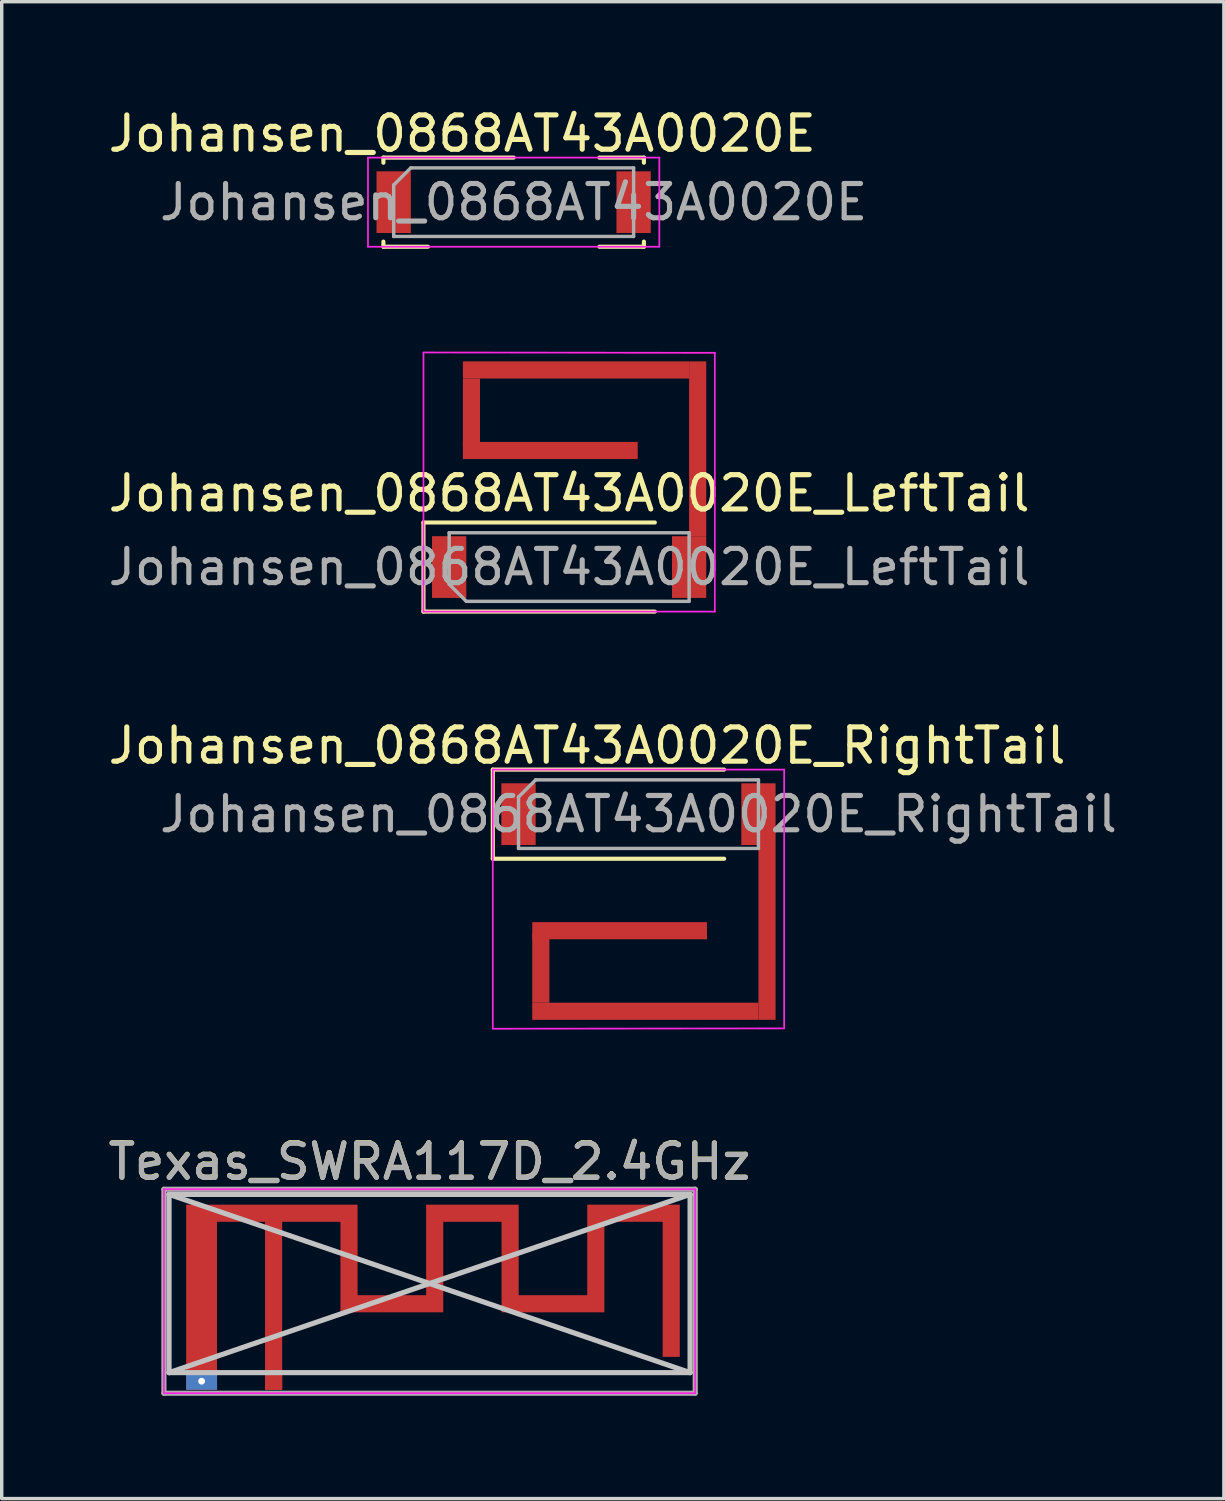
<source format=kicad_pcb>
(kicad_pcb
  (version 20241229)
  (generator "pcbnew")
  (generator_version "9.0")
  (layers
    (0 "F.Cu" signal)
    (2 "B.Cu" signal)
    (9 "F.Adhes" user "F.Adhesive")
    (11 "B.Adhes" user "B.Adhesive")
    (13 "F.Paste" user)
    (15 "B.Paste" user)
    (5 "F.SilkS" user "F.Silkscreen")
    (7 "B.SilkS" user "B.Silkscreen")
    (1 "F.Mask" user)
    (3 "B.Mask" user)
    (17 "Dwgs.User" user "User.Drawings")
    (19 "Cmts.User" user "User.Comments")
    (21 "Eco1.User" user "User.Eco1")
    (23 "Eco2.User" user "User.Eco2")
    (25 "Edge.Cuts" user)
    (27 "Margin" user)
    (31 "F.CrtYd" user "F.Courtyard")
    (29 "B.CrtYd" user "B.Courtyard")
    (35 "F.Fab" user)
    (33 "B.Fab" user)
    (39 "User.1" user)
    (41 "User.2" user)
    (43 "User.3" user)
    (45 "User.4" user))
  (footprint "Johansen_0868AT43A0020E_LeftTail"
    (layer "F.Cu")
    (at 13.554 10.943)
    (property "Reference" "Johansen_0868AT43A0020E_LeftTail" (at 0 0.4 0) (layer "F.SilkS") (effects (font (size 1 1) (thickness 0.15))))
    (attr smd)
    (fp_line (start -4.25 1.25) (end -4.25 3.85) (stroke (width 0.12) (type solid)) (layer "F.SilkS"))
    (fp_line (start -4.25 1.25) (end 2.5 1.25) (stroke (width 0.12) (type solid)) (layer "F.SilkS"))
    (fp_line (start -4.25 3.85) (end 2.5 3.85) (stroke (width 0.12) (type solid)) (layer "F.SilkS"))
    (fp_line (start -4.25 -3.71) (end 4.25 -3.7) (stroke (width 0.05) (type solid)) (layer "F.CrtYd"))
    (fp_line (start -4.25 3.85) (end -4.25 -3.7) (stroke (width 0.05) (type solid)) (layer "F.CrtYd"))
    (fp_line (start 4.25 -3.7) (end 4.25 3.85) (stroke (width 0.05) (type solid)) (layer "F.CrtYd"))
    (fp_line (start 4.25 3.85) (end -4.25 3.85) (stroke (width 0.05) (type solid)) (layer "F.CrtYd"))
    (fp_line (start -3.5 1.55) (end -3.5 3.05) (stroke (width 0.1) (type solid)) (layer "F.Fab"))
    (fp_line (start -3.5 3.05) (end -3 3.55) (stroke (width 0.1) (type solid)) (layer "F.Fab"))
    (fp_line (start -3 3.55) (end 3.5 3.55) (stroke (width 0.1) (type solid)) (layer "F.Fab"))
    (fp_line (start 3.5 1.55) (end -3.5 1.55) (stroke (width 0.1) (type solid)) (layer "F.Fab"))
    (fp_line (start 3.5 3.55) (end 3.5 1.55) (stroke (width 0.1) (type solid)) (layer "F.Fab"))
    (fp_text user "${REFERENCE}" (at 0 2.55 0) (layer "F.Fab") (effects (font (size 1 1) (thickness 0.15))))
    (pad "1" smd rect (at -3.5 2.55) (size 1 1.8) (layers "F.Cu" "F.Mask" "F.Paste"))
    (pad "2" smd rect (at -2.85 -1.95) (size 0.5 2) (layers "F.Cu"))
    (pad "2" smd rect (at -0.55 -0.85) (size 5.1 0.5) (layers "F.Cu"))
    (pad "2" smd rect (at 0.2 -3.2) (size 6.6 0.5) (layers "F.Cu"))
    (pad "2" smd rect (at 3.5 2.55) (size 1 1.8) (layers "F.Cu" "F.Mask" "F.Paste"))
    (pad "2" smd rect (at 3.75 -0.9) (size 0.5 5.1) (layers "F.Cu")))
  (footprint "Johansen_0868AT43A0020E"
    (layer "F.Cu")
    (at 11.935 2.848)
    (property "Reference" "Johansen_0868AT43A0020E" (at -1.5 -2 0) (layer "F.SilkS") (effects (font (size 1 1) (thickness 0.15))))
    (attr smd)
    (fp_line (start -3.8 -1.3) (end -3.8 -1.15) (stroke (width 0.12) (type solid)) (layer "F.SilkS"))
    (fp_line (start -3.8 -1.3) (end 0 -1.3) (stroke (width 0.12) (type solid)) (layer "F.SilkS"))
    (fp_line (start -3.8 1.3) (end -3.8 1.15) (stroke (width 0.12) (type solid)) (layer "F.SilkS"))
    (fp_line (start -3.8 1.3) (end -2.5 1.3) (stroke (width 0.12) (type solid)) (layer "F.SilkS"))
    (fp_line (start 3.8 -1.3) (end 2.5 -1.3) (stroke (width 0.12) (type solid)) (layer "F.SilkS"))
    (fp_line (start 3.8 -1.3) (end 3.8 -1.15) (stroke (width 0.12) (type solid)) (layer "F.SilkS"))
    (fp_line (start 3.8 1.3) (end 2.5 1.3) (stroke (width 0.12) (type solid)) (layer "F.SilkS"))
    (fp_line (start 3.8 1.3) (end 3.8 1.15) (stroke (width 0.12) (type solid)) (layer "F.SilkS"))
    (fp_line (start -4.25 -1.3) (end -4.25 1.3) (stroke (width 0.05) (type solid)) (layer "F.CrtYd"))
    (fp_line (start -4.25 1.3) (end 4.25 1.3) (stroke (width 0.05) (type solid)) (layer "F.CrtYd"))
    (fp_line (start 4.25 -1.3) (end -4.25 -1.3) (stroke (width 0.05) (type solid)) (layer "F.CrtYd"))
    (fp_line (start 4.25 1.3) (end 4.25 -1.3) (stroke (width 0.05) (type solid)) (layer "F.CrtYd"))
    (fp_line (start -3.5 -0.5) (end -3 -1) (stroke (width 0.1) (type solid)) (layer "F.Fab"))
    (fp_line (start -3.5 1) (end -3.5 -0.5) (stroke (width 0.1) (type solid)) (layer "F.Fab"))
    (fp_line (start -3 -1) (end 3.5 -1) (stroke (width 0.1) (type solid)) (layer "F.Fab"))
    (fp_line (start 3.5 -1) (end 3.5 1) (stroke (width 0.1) (type solid)) (layer "F.Fab"))
    (fp_line (start 3.5 1) (end -3.5 1) (stroke (width 0.1) (type solid)) (layer "F.Fab"))
    (fp_text user "${REFERENCE}" (at 0 0 0) (layer "F.Fab") (effects (font (size 1 1) (thickness 0.15))))
    (pad "1" smd rect (at -3.5 0) (size 1 1.8) (layers "F.Cu" "F.Mask" "F.Paste"))
    (pad "2" smd rect (at 3.5 0) (size 1 1.8) (layers "F.Cu" "F.Mask" "F.Paste")))
  (footprint "Johansen_0868AT43A0020E_RightTail"
    (layer "F.Cu")
    (at 15.577 23.252)
    (property "Reference" "Johansen_0868AT43A0020E_RightTail" (at -1.5 -4.55 0) (layer "F.SilkS") (effects (font (size 1 1) (thickness 0.15))))
    (attr smd)
    (fp_line (start -4.25 -3.85) (end -4.25 -1.25) (stroke (width 0.12) (type solid)) (layer "F.SilkS"))
    (fp_line (start -4.25 -3.85) (end 2.5 -3.85) (stroke (width 0.12) (type solid)) (layer "F.SilkS"))
    (fp_line (start -4.25 -1.25) (end 2.5 -1.25) (stroke (width 0.12) (type solid)) (layer "F.SilkS"))
    (fp_line (start -4.25 -3.85) (end -4.25 3.7) (stroke (width 0.05) (type solid)) (layer "F.CrtYd"))
    (fp_line (start -4.25 3.71) (end 4.25 3.7) (stroke (width 0.05) (type solid)) (layer "F.CrtYd"))
    (fp_line (start 4.25 -3.85) (end -4.25 -3.85) (stroke (width 0.05) (type solid)) (layer "F.CrtYd"))
    (fp_line (start 4.25 3.7) (end 4.25 -3.85) (stroke (width 0.05) (type solid)) (layer "F.CrtYd"))
    (fp_line (start -3.5 -3.05) (end -3 -3.55) (stroke (width 0.1) (type solid)) (layer "F.Fab"))
    (fp_line (start -3.5 -1.55) (end -3.5 -3.05) (stroke (width 0.1) (type solid)) (layer "F.Fab"))
    (fp_line (start -3 -3.55) (end 3.5 -3.55) (stroke (width 0.1) (type solid)) (layer "F.Fab"))
    (fp_line (start 3.5 -3.55) (end 3.5 -1.55) (stroke (width 0.1) (type solid)) (layer "F.Fab"))
    (fp_line (start 3.5 -1.55) (end -3.5 -1.55) (stroke (width 0.1) (type solid)) (layer "F.Fab"))
    (fp_text user "${REFERENCE}" (at 0 -2.55 0) (layer "F.Fab") (effects (font (size 1 1) (thickness 0.15))))
    (pad "1" smd rect (at -3.5 -2.55) (size 1 1.8) (layers "F.Cu" "F.Mask" "F.Paste"))
    (pad "2" smd rect (at -2.85 1.95) (size 0.5 2) (layers "F.Cu" "F.Mask" "F.Paste"))
    (pad "2" smd rect (at -0.55 0.85) (size 5.1 0.5) (layers "F.Cu" "F.Mask" "F.Paste"))
    (pad "2" smd rect (at 0.2 3.2) (size 6.6 0.5) (layers "F.Cu" "F.Mask" "F.Paste"))
    (pad "2" smd rect (at 3.5 -2.55) (size 1 1.8) (layers "F.Cu" "F.Mask" "F.Paste"))
    (pad "2" smd rect (at 3.75 0.9) (size 0.5 5.1) (layers "F.Cu" "F.Mask" "F.Paste")))
  (footprint "Texas_SWRA117D_2.4GHz"
    (layer "F.Cu")
    (at 4.932 37.245)
    (property "Reference" "Texas_SWRA117D_2.4GHz" (at 4.55 -6.41 0) (layer "F.SilkS") (effects (font (size 1 1) (thickness 0.15))))
    (attr through_hole)
    (fp_poly (pts (xy 2.45 -2.51) (xy 4.45 -2.51) (xy 4.45 -5.15) (xy 7.15 -5.15) (xy 7.15 -2.51) (xy 9.15 -2.51) (xy 9.15 -5.15) (xy 11.85 -5.15) (xy 11.85 -0.71) (xy 11.35 -0.71) (xy 11.35 -4.65) (xy 9.65 -4.65) (xy 9.65 -2.01) (xy 6.65 -2.01) (xy 6.65 -4.65) (xy 4.95 -4.65) (xy 4.95 -2.01) (xy 1.95 -2.01) (xy 1.95 -4.65) (xy 0.25 -4.65) (xy 0.25 0.25) (xy -0.25 0.25) (xy -0.25 -4.65) (xy -1.65 -4.65) (xy -1.65 0.25) (xy -2.55 0.25) (xy -2.55 0.007) (xy -2.248 0.007) (xy -2.238 0.054) (xy -2.214 0.097) (xy -2.176 0.13) (xy -2.168 0.134) (xy -2.125 0.146) (xy -2.077 0.145) (xy -2.031 0.132) (xy -2.013 0.122) (xy -1.979 0.087) (xy -1.958 0.041) (xy -1.952 -0.008) (xy -1.96 -0.056) (xy -1.977 -0.089) (xy -2.012 -0.121) (xy -2.058 -0.141) (xy -2.107 -0.148) (xy -2.155 -0.14) (xy -2.188 -0.123) (xy -2.223 -0.086) (xy -2.243 -0.042) (xy -2.248 0.007) (xy -2.55 0.007) (xy -2.55 -5.15) (xy 2.45 -5.15) (xy 2.45 -2.51)) (stroke (width 0) (type solid)) (fill yes) (layer "F.Cu"))
    (fp_line (start -3.05 -5.45) (end 12.15 -5.45) (stroke (width 0.15) (type solid)) (layer "Dwgs.User"))
    (fp_line (start -3.05 -5.45) (end 12.15 -0.25) (stroke (width 0.15) (type solid)) (layer "Dwgs.User"))
    (fp_line (start -3.05 -0.25) (end -3.05 -5.45) (stroke (width 0.15) (type solid)) (layer "Dwgs.User"))
    (fp_line (start -3.05 -0.25) (end 12.15 -5.45) (stroke (width 0.15) (type solid)) (layer "Dwgs.User"))
    (fp_line (start -3.05 -0.25) (end 12.15 -0.25) (stroke (width 0.15) (type solid)) (layer "Dwgs.User"))
    (fp_line (start 12.15 -0.25) (end 12.15 -5.45) (stroke (width 0.15) (type solid)) (layer "Dwgs.User"))
    (fp_line (start -3.2 -5.6) (end 12.3 -5.6) (stroke (width 0.05) (type solid)) (layer "F.CrtYd"))
    (fp_line (start -3.2 0.35) (end -3.2 -5.6) (stroke (width 0.05) (type solid)) (layer "F.CrtYd"))
    (fp_line (start 12.3 -5.6) (end 12.3 0.35) (stroke (width 0.05) (type solid)) (layer "F.CrtYd"))
    (fp_line (start 12.3 0.35) (end -3.2 0.35) (stroke (width 0.05) (type solid)) (layer "F.CrtYd"))
    (fp_line (start -3.2 -5.6) (end 12.3 -5.6) (stroke (width 0.15) (type solid)) (layer "F.Fab"))
    (fp_line (start -3.2 0.35) (end -3.2 -5.6) (stroke (width 0.15) (type solid)) (layer "F.Fab"))
    (fp_line (start 12.3 -5.6) (end 12.3 0.35) (stroke (width 0.15) (type solid)) (layer "F.Fab"))
    (fp_line (start 12.3 0.35) (end -3.2 0.35) (stroke (width 0.15) (type solid)) (layer "F.Fab"))
    (fp_text user "${REFERENCE}" (at 4.55 -6.4 0) (layer "F.Fab") (effects (font (size 1 1) (thickness 0.15))))
    (pad "1" connect rect (at 0 0) (size 0.5 0.5) (layers "F.Cu"))
    (pad "2" thru_hole rect (at -2.1 0) (size 0.9 0.5) (drill 0.2) (layers "*.Cu" "*.Mask")))
  (gr_rect
    (start -3 -3)
    (end 32.655 40.67)
    (stroke (width 0.1) (type default))
    (fill no)
    (layer "Edge.Cuts")))
</source>
